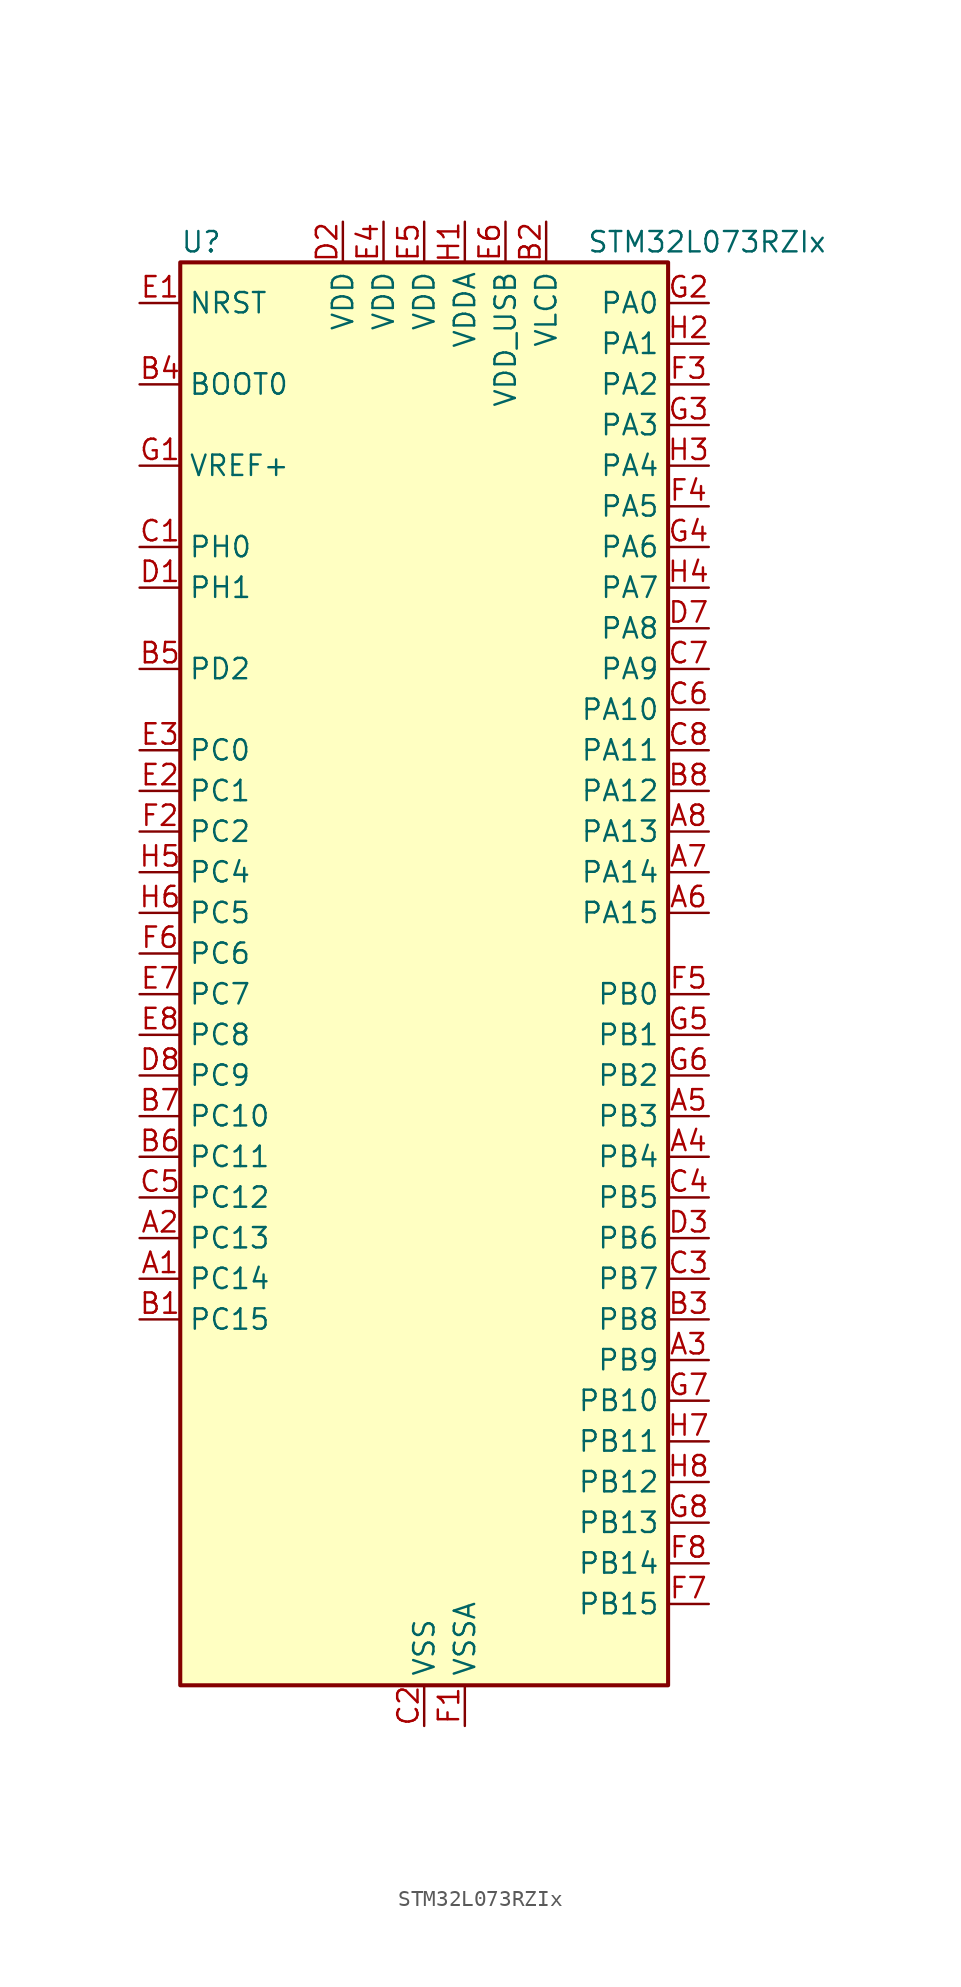
<source format=kicad_sym>
(kicad_symbol_lib
  (version 20231120)
  (generator "kicad_symbol_editor")
  (generator_version "8.0")
  (symbol "STM32L073RZIx"
    (property "Reference" "U"
      (at -15.24 46.99 0)
      (effects (font (size 1.27 1.27)) (justify left)))
    (property "Value" "STM32L073RZIx"
      (at 10.16 46.99 0)
      (effects (font (size 1.27 1.27)) (justify left)))
    (property "ki_locked" ""
      (at 0 0 0)
      (effects (font (size 1.27 1.27))))
    (symbol "STM32L073RZIx_0_1"
      (rectangle (start -15.24 -43.18) (end 15.24 45.72) (stroke (width 0.254) (type default)) (fill (type background))))
    (symbol "STM32L073RZIx_1_1"
      (pin bidirectional line (at -17.78 -17.78 0) (length 2.54) (name "PC14" (effects (font (size 1.27 1.27)))) (number "A1" (effects (font (size 1.27 1.27)))) (alternate "RCC_OSC32_IN" bidirectional line))
      (pin bidirectional line (at -17.78 -15.24 0) (length 2.54) (name "PC13" (effects (font (size 1.27 1.27)))) (number "A2" (effects (font (size 1.27 1.27)))) (alternate "RTC_OUT_ALARM" bidirectional line) (alternate "RTC_OUT_CALIB" bidirectional line) (alternate "RTC_TAMP1" bidirectional line) (alternate "RTC_TS" bidirectional line) (alternate "SYS_WKUP2" bidirectional line))
      (pin bidirectional line (at 17.78 -22.86 180) (length 2.54) (name "PB9" (effects (font (size 1.27 1.27)))) (number "A3" (effects (font (size 1.27 1.27)))) (alternate "DAC_EXTI9" bidirectional line) (alternate "I2C1_SDA" bidirectional line) (alternate "I2S2_WS" bidirectional line) (alternate "LCD_COM3" bidirectional line) (alternate "SPI2_NSS" bidirectional line))
      (pin bidirectional line (at 17.78 -10.16 180) (length 2.54) (name "PB4" (effects (font (size 1.27 1.27)))) (number "A4" (effects (font (size 1.27 1.27)))) (alternate "COMP2_INP" bidirectional line) (alternate "I2C3_SDA" bidirectional line) (alternate "LCD_SEG8" bidirectional line) (alternate "SPI1_MISO" bidirectional line) (alternate "TIM22_CH1" bidirectional line) (alternate "TIM3_CH1" bidirectional line) (alternate "TSC_G5_IO2" bidirectional line) (alternate "USART1_CTS" bidirectional line) (alternate "USART5_RX" bidirectional line))
      (pin bidirectional line (at 17.78 -7.62 180) (length 2.54) (name "PB3" (effects (font (size 1.27 1.27)))) (number "A5" (effects (font (size 1.27 1.27)))) (alternate "COMP2_INM" bidirectional line) (alternate "LCD_SEG7" bidirectional line) (alternate "SPI1_SCK" bidirectional line) (alternate "TIM2_CH2" bidirectional line) (alternate "TSC_G5_IO1" bidirectional line) (alternate "USART1_DE" bidirectional line) (alternate "USART1_RTS" bidirectional line) (alternate "USART5_TX" bidirectional line))
      (pin bidirectional line (at 17.78 5.08 180) (length 2.54) (name "PA15" (effects (font (size 1.27 1.27)))) (number "A6" (effects (font (size 1.27 1.27)))) (alternate "LCD_SEG17" bidirectional line) (alternate "SPI1_NSS" bidirectional line) (alternate "TIM2_CH1" bidirectional line) (alternate "TIM2_ETR" bidirectional line) (alternate "USART2_RX" bidirectional line) (alternate "USART4_DE" bidirectional line) (alternate "USART4_RTS" bidirectional line))
      (pin bidirectional line (at 17.78 7.62 180) (length 2.54) (name "PA14" (effects (font (size 1.27 1.27)))) (number "A7" (effects (font (size 1.27 1.27)))) (alternate "LPUART1_TX" bidirectional line) (alternate "SYS_SWCLK" bidirectional line) (alternate "USART2_TX" bidirectional line))
      (pin bidirectional line (at 17.78 10.16 180) (length 2.54) (name "PA13" (effects (font (size 1.27 1.27)))) (number "A8" (effects (font (size 1.27 1.27)))) (alternate "LPUART1_RX" bidirectional line) (alternate "SYS_SWDIO" bidirectional line) (alternate "USB_NOE" bidirectional line))
      (pin bidirectional line (at -17.78 -20.32 0) (length 2.54) (name "PC15" (effects (font (size 1.27 1.27)))) (number "B1" (effects (font (size 1.27 1.27)))) (alternate "RCC_OSC32_OUT" bidirectional line))
      (pin power_in line (at 7.62 48.26 270) (length 2.54) (name "VLCD" (effects (font (size 1.27 1.27)))) (number "B2" (effects (font (size 1.27 1.27)))))
      (pin bidirectional line (at 17.78 -20.32 180) (length 2.54) (name "PB8" (effects (font (size 1.27 1.27)))) (number "B3" (effects (font (size 1.27 1.27)))) (alternate "I2C1_SCL" bidirectional line) (alternate "LCD_SEG16" bidirectional line) (alternate "TSC_SYNC" bidirectional line))
      (pin input line (at -17.78 38.1 0) (length 2.54) (name "BOOT0" (effects (font (size 1.27 1.27)))) (number "B4" (effects (font (size 1.27 1.27)))))
      (pin bidirectional line (at -17.78 20.32 0) (length 2.54) (name "PD2" (effects (font (size 1.27 1.27)))) (number "B5" (effects (font (size 1.27 1.27)))) (alternate "LCD_COM7" bidirectional line) (alternate "LCD_SEG31" bidirectional line) (alternate "LPUART1_DE" bidirectional line) (alternate "LPUART1_RTS" bidirectional line) (alternate "TIM3_ETR" bidirectional line) (alternate "USART5_RX" bidirectional line))
      (pin bidirectional line (at -17.78 -10.16 0) (length 2.54) (name "PC11" (effects (font (size 1.27 1.27)))) (number "B6" (effects (font (size 1.27 1.27)))) (alternate "ADC_EXTI11" bidirectional line) (alternate "LCD_COM5" bidirectional line) (alternate "LCD_SEG29" bidirectional line) (alternate "LPUART1_RX" bidirectional line) (alternate "USART4_RX" bidirectional line))
      (pin bidirectional line (at -17.78 -7.62 0) (length 2.54) (name "PC10" (effects (font (size 1.27 1.27)))) (number "B7" (effects (font (size 1.27 1.27)))) (alternate "LCD_COM4" bidirectional line) (alternate "LCD_SEG28" bidirectional line) (alternate "LPUART1_TX" bidirectional line) (alternate "USART4_TX" bidirectional line))
      (pin bidirectional line (at 17.78 12.7 180) (length 2.54) (name "PA12" (effects (font (size 1.27 1.27)))) (number "B8" (effects (font (size 1.27 1.27)))) (alternate "COMP2_OUT" bidirectional line) (alternate "SPI1_MOSI" bidirectional line) (alternate "TSC_G4_IO4" bidirectional line) (alternate "USART1_DE" bidirectional line) (alternate "USART1_RTS" bidirectional line) (alternate "USB_DP" bidirectional line))
      (pin bidirectional line (at -17.78 27.94 0) (length 2.54) (name "PH0" (effects (font (size 1.27 1.27)))) (number "C1" (effects (font (size 1.27 1.27)))) (alternate "CRS_SYNC" bidirectional line) (alternate "RCC_OSC_IN" bidirectional line))
      (pin power_in line (at 0 -45.72 90) (length 2.54) (name "VSS" (effects (font (size 1.27 1.27)))) (number "C2" (effects (font (size 1.27 1.27)))))
      (pin bidirectional line (at 17.78 -17.78 180) (length 2.54) (name "PB7" (effects (font (size 1.27 1.27)))) (number "C3" (effects (font (size 1.27 1.27)))) (alternate "COMP2_INP" bidirectional line) (alternate "I2C1_SDA" bidirectional line) (alternate "LPTIM1_IN2" bidirectional line) (alternate "SYS_PVD_IN" bidirectional line) (alternate "TSC_G5_IO4" bidirectional line) (alternate "USART1_RX" bidirectional line) (alternate "USART4_CTS" bidirectional line))
      (pin bidirectional line (at 17.78 -12.7 180) (length 2.54) (name "PB5" (effects (font (size 1.27 1.27)))) (number "C4" (effects (font (size 1.27 1.27)))) (alternate "COMP2_INP" bidirectional line) (alternate "I2C1_SMBA" bidirectional line) (alternate "LCD_SEG9" bidirectional line) (alternate "LPTIM1_IN1" bidirectional line) (alternate "SPI1_MOSI" bidirectional line) (alternate "TIM22_CH2" bidirectional line) (alternate "TIM3_CH2" bidirectional line) (alternate "USART1_CK" bidirectional line) (alternate "USART5_CK" bidirectional line) (alternate "USART5_DE" bidirectional line) (alternate "USART5_RTS" bidirectional line))
      (pin bidirectional line (at -17.78 -12.7 0) (length 2.54) (name "PC12" (effects (font (size 1.27 1.27)))) (number "C5" (effects (font (size 1.27 1.27)))) (alternate "LCD_COM6" bidirectional line) (alternate "LCD_SEG30" bidirectional line) (alternate "USART4_CK" bidirectional line) (alternate "USART5_TX" bidirectional line))
      (pin bidirectional line (at 17.78 17.78 180) (length 2.54) (name "PA10" (effects (font (size 1.27 1.27)))) (number "C6" (effects (font (size 1.27 1.27)))) (alternate "I2C1_SDA" bidirectional line) (alternate "LCD_COM2" bidirectional line) (alternate "TSC_G4_IO2" bidirectional line) (alternate "USART1_RX" bidirectional line))
      (pin bidirectional line (at 17.78 20.32 180) (length 2.54) (name "PA9" (effects (font (size 1.27 1.27)))) (number "C7" (effects (font (size 1.27 1.27)))) (alternate "DAC_EXTI9" bidirectional line) (alternate "I2C1_SCL" bidirectional line) (alternate "I2C3_SMBA" bidirectional line) (alternate "LCD_COM1" bidirectional line) (alternate "RCC_MCO" bidirectional line) (alternate "TSC_G4_IO1" bidirectional line) (alternate "USART1_TX" bidirectional line))
      (pin bidirectional line (at 17.78 15.24 180) (length 2.54) (name "PA11" (effects (font (size 1.27 1.27)))) (number "C8" (effects (font (size 1.27 1.27)))) (alternate "ADC_EXTI11" bidirectional line) (alternate "COMP1_OUT" bidirectional line) (alternate "SPI1_MISO" bidirectional line) (alternate "TSC_G4_IO3" bidirectional line) (alternate "USART1_CTS" bidirectional line) (alternate "USB_DM" bidirectional line))
      (pin bidirectional line (at -17.78 25.4 0) (length 2.54) (name "PH1" (effects (font (size 1.27 1.27)))) (number "D1" (effects (font (size 1.27 1.27)))) (alternate "RCC_OSC_OUT" bidirectional line))
      (pin power_in line (at -5.08 48.26 270) (length 2.54) (name "VDD" (effects (font (size 1.27 1.27)))) (number "D2" (effects (font (size 1.27 1.27)))))
      (pin bidirectional line (at 17.78 -15.24 180) (length 2.54) (name "PB6" (effects (font (size 1.27 1.27)))) (number "D3" (effects (font (size 1.27 1.27)))) (alternate "COMP2_INP" bidirectional line) (alternate "I2C1_SCL" bidirectional line) (alternate "LPTIM1_ETR" bidirectional line) (alternate "TSC_G5_IO3" bidirectional line) (alternate "USART1_TX" bidirectional line))
      (pin passive line (at 0 -45.72 90) (length 2.54) hide (name "VSS" (effects (font (size 1.27 1.27)))) (number "D4" (effects (font (size 1.27 1.27)))))
      (pin passive line (at 0 -45.72 90) (length 2.54) hide (name "VSS" (effects (font (size 1.27 1.27)))) (number "D5" (effects (font (size 1.27 1.27)))))
      (pin passive line (at 0 -45.72 90) (length 2.54) hide (name "VSS" (effects (font (size 1.27 1.27)))) (number "D6" (effects (font (size 1.27 1.27)))))
      (pin bidirectional line (at 17.78 22.86 180) (length 2.54) (name "PA8" (effects (font (size 1.27 1.27)))) (number "D7" (effects (font (size 1.27 1.27)))) (alternate "CRS_SYNC" bidirectional line) (alternate "I2C3_SCL" bidirectional line) (alternate "LCD_COM0" bidirectional line) (alternate "RCC_MCO" bidirectional line) (alternate "USART1_CK" bidirectional line))
      (pin bidirectional line (at -17.78 -5.08 0) (length 2.54) (name "PC9" (effects (font (size 1.27 1.27)))) (number "D8" (effects (font (size 1.27 1.27)))) (alternate "DAC_EXTI9" bidirectional line) (alternate "I2C3_SDA" bidirectional line) (alternate "LCD_SEG27" bidirectional line) (alternate "TIM21_ETR" bidirectional line) (alternate "TIM3_CH4" bidirectional line) (alternate "TSC_G8_IO4" bidirectional line) (alternate "USB_NOE" bidirectional line))
      (pin input line (at -17.78 43.18 0) (length 2.54) (name "NRST" (effects (font (size 1.27 1.27)))) (number "E1" (effects (font (size 1.27 1.27)))))
      (pin bidirectional line (at -17.78 12.7 0) (length 2.54) (name "PC1" (effects (font (size 1.27 1.27)))) (number "E2" (effects (font (size 1.27 1.27)))) (alternate "ADC_IN11" bidirectional line) (alternate "I2C3_SDA" bidirectional line) (alternate "LCD_SEG19" bidirectional line) (alternate "LPTIM1_OUT" bidirectional line) (alternate "LPUART1_TX" bidirectional line) (alternate "TSC_G7_IO2" bidirectional line))
      (pin bidirectional line (at -17.78 15.24 0) (length 2.54) (name "PC0" (effects (font (size 1.27 1.27)))) (number "E3" (effects (font (size 1.27 1.27)))) (alternate "ADC_IN10" bidirectional line) (alternate "I2C3_SCL" bidirectional line) (alternate "LCD_SEG18" bidirectional line) (alternate "LPTIM1_IN1" bidirectional line) (alternate "LPUART1_RX" bidirectional line) (alternate "TSC_G7_IO1" bidirectional line))
      (pin power_in line (at -2.54 48.26 270) (length 2.54) (name "VDD" (effects (font (size 1.27 1.27)))) (number "E4" (effects (font (size 1.27 1.27)))))
      (pin power_in line (at 0 48.26 270) (length 2.54) (name "VDD" (effects (font (size 1.27 1.27)))) (number "E5" (effects (font (size 1.27 1.27)))))
      (pin power_in line (at 5.08 48.26 270) (length 2.54) (name "VDD_USB" (effects (font (size 1.27 1.27)))) (number "E6" (effects (font (size 1.27 1.27)))))
      (pin bidirectional line (at -17.78 0 0) (length 2.54) (name "PC7" (effects (font (size 1.27 1.27)))) (number "E7" (effects (font (size 1.27 1.27)))) (alternate "LCD_SEG25" bidirectional line) (alternate "TIM22_CH2" bidirectional line) (alternate "TIM3_CH2" bidirectional line) (alternate "TSC_G8_IO2" bidirectional line))
      (pin bidirectional line (at -17.78 -2.54 0) (length 2.54) (name "PC8" (effects (font (size 1.27 1.27)))) (number "E8" (effects (font (size 1.27 1.27)))) (alternate "LCD_SEG26" bidirectional line) (alternate "TIM22_ETR" bidirectional line) (alternate "TIM3_CH3" bidirectional line) (alternate "TSC_G8_IO3" bidirectional line))
      (pin power_in line (at 2.54 -45.72 90) (length 2.54) (name "VSSA" (effects (font (size 1.27 1.27)))) (number "F1" (effects (font (size 1.27 1.27)))))
      (pin bidirectional line (at -17.78 10.16 0) (length 2.54) (name "PC2" (effects (font (size 1.27 1.27)))) (number "F2" (effects (font (size 1.27 1.27)))) (alternate "ADC_IN12" bidirectional line) (alternate "I2S2_MCK" bidirectional line) (alternate "LCD_SEG20" bidirectional line) (alternate "LPTIM1_IN2" bidirectional line) (alternate "SPI2_MISO" bidirectional line) (alternate "TSC_G7_IO3" bidirectional line))
      (pin bidirectional line (at 17.78 38.1 180) (length 2.54) (name "PA2" (effects (font (size 1.27 1.27)))) (number "F3" (effects (font (size 1.27 1.27)))) (alternate "ADC_IN2" bidirectional line) (alternate "COMP2_INM" bidirectional line) (alternate "COMP2_OUT" bidirectional line) (alternate "LCD_SEG1" bidirectional line) (alternate "LPUART1_TX" bidirectional line) (alternate "TIM21_CH1" bidirectional line) (alternate "TIM2_CH3" bidirectional line) (alternate "TSC_G1_IO3" bidirectional line) (alternate "USART2_TX" bidirectional line))
      (pin bidirectional line (at 17.78 30.48 180) (length 2.54) (name "PA5" (effects (font (size 1.27 1.27)))) (number "F4" (effects (font (size 1.27 1.27)))) (alternate "ADC_IN5" bidirectional line) (alternate "COMP1_INM" bidirectional line) (alternate "COMP2_INM" bidirectional line) (alternate "DAC_OUT2" bidirectional line) (alternate "SPI1_SCK" bidirectional line) (alternate "TIM2_CH1" bidirectional line) (alternate "TIM2_ETR" bidirectional line) (alternate "TSC_G2_IO2" bidirectional line))
      (pin bidirectional line (at 17.78 0 180) (length 2.54) (name "PB0" (effects (font (size 1.27 1.27)))) (number "F5" (effects (font (size 1.27 1.27)))) (alternate "ADC_IN8" bidirectional line) (alternate "LCD_SEG5" bidirectional line) (alternate "LCD_VLCD3" bidirectional line) (alternate "SYS_VREF_OUT_PB0" bidirectional line) (alternate "TIM3_CH3" bidirectional line) (alternate "TSC_G3_IO2" bidirectional line))
      (pin bidirectional line (at -17.78 2.54 0) (length 2.54) (name "PC6" (effects (font (size 1.27 1.27)))) (number "F6" (effects (font (size 1.27 1.27)))) (alternate "LCD_SEG24" bidirectional line) (alternate "TIM22_CH1" bidirectional line) (alternate "TIM3_CH1" bidirectional line) (alternate "TSC_G8_IO1" bidirectional line))
      (pin bidirectional line (at 17.78 -38.1 180) (length 2.54) (name "PB15" (effects (font (size 1.27 1.27)))) (number "F7" (effects (font (size 1.27 1.27)))) (alternate "I2S2_SD" bidirectional line) (alternate "LCD_SEG15" bidirectional line) (alternate "RTC_REFIN" bidirectional line) (alternate "SPI2_MOSI" bidirectional line))
      (pin bidirectional line (at 17.78 -35.56 180) (length 2.54) (name "PB14" (effects (font (size 1.27 1.27)))) (number "F8" (effects (font (size 1.27 1.27)))) (alternate "I2C2_SDA" bidirectional line) (alternate "I2S2_MCK" bidirectional line) (alternate "LCD_SEG14" bidirectional line) (alternate "LPUART1_DE" bidirectional line) (alternate "LPUART1_RTS" bidirectional line) (alternate "RTC_OUT_ALARM" bidirectional line) (alternate "RTC_OUT_CALIB" bidirectional line) (alternate "SPI2_MISO" bidirectional line) (alternate "TIM21_CH2" bidirectional line) (alternate "TSC_G6_IO4" bidirectional line))
      (pin input line (at -17.78 33.02 0) (length 2.54) (name "VREF+" (effects (font (size 1.27 1.27)))) (number "G1" (effects (font (size 1.27 1.27)))))
      (pin bidirectional line (at 17.78 43.18 180) (length 2.54) (name "PA0" (effects (font (size 1.27 1.27)))) (number "G2" (effects (font (size 1.27 1.27)))) (alternate "ADC_IN0" bidirectional line) (alternate "COMP1_INM" bidirectional line) (alternate "COMP1_OUT" bidirectional line) (alternate "RTC_TAMP2" bidirectional line) (alternate "SYS_WKUP1" bidirectional line) (alternate "TIM2_CH1" bidirectional line) (alternate "TIM2_ETR" bidirectional line) (alternate "TSC_G1_IO1" bidirectional line) (alternate "USART2_CTS" bidirectional line) (alternate "USART4_TX" bidirectional line))
      (pin bidirectional line (at 17.78 35.56 180) (length 2.54) (name "PA3" (effects (font (size 1.27 1.27)))) (number "G3" (effects (font (size 1.27 1.27)))) (alternate "ADC_IN3" bidirectional line) (alternate "COMP2_INP" bidirectional line) (alternate "LCD_SEG2" bidirectional line) (alternate "LPUART1_RX" bidirectional line) (alternate "TIM21_CH2" bidirectional line) (alternate "TIM2_CH4" bidirectional line) (alternate "TSC_G1_IO4" bidirectional line) (alternate "USART2_RX" bidirectional line))
      (pin bidirectional line (at 17.78 27.94 180) (length 2.54) (name "PA6" (effects (font (size 1.27 1.27)))) (number "G4" (effects (font (size 1.27 1.27)))) (alternate "ADC_IN6" bidirectional line) (alternate "COMP1_OUT" bidirectional line) (alternate "LCD_SEG3" bidirectional line) (alternate "LPUART1_CTS" bidirectional line) (alternate "SPI1_MISO" bidirectional line) (alternate "TIM22_CH1" bidirectional line) (alternate "TIM3_CH1" bidirectional line) (alternate "TSC_G2_IO3" bidirectional line))
      (pin bidirectional line (at 17.78 -2.54 180) (length 2.54) (name "PB1" (effects (font (size 1.27 1.27)))) (number "G5" (effects (font (size 1.27 1.27)))) (alternate "ADC_IN9" bidirectional line) (alternate "LCD_SEG6" bidirectional line) (alternate "LPUART1_DE" bidirectional line) (alternate "LPUART1_RTS" bidirectional line) (alternate "SYS_VREF_OUT_PB1" bidirectional line) (alternate "TIM3_CH4" bidirectional line) (alternate "TSC_G3_IO3" bidirectional line))
      (pin bidirectional line (at 17.78 -5.08 180) (length 2.54) (name "PB2" (effects (font (size 1.27 1.27)))) (number "G6" (effects (font (size 1.27 1.27)))) (alternate "I2C3_SMBA" bidirectional line) (alternate "LCD_VLCD2" bidirectional line) (alternate "LPTIM1_OUT" bidirectional line) (alternate "TSC_G3_IO4" bidirectional line))
      (pin bidirectional line (at 17.78 -25.4 180) (length 2.54) (name "PB10" (effects (font (size 1.27 1.27)))) (number "G7" (effects (font (size 1.27 1.27)))) (alternate "I2C2_SCL" bidirectional line) (alternate "LCD_SEG10" bidirectional line) (alternate "LPUART1_RX" bidirectional line) (alternate "LPUART1_TX" bidirectional line) (alternate "SPI2_SCK" bidirectional line) (alternate "TIM2_CH3" bidirectional line) (alternate "TSC_SYNC" bidirectional line))
      (pin bidirectional line (at 17.78 -33.02 180) (length 2.54) (name "PB13" (effects (font (size 1.27 1.27)))) (number "G8" (effects (font (size 1.27 1.27)))) (alternate "I2C2_SCL" bidirectional line) (alternate "I2S2_CK" bidirectional line) (alternate "LCD_SEG13" bidirectional line) (alternate "LPUART1_CTS" bidirectional line) (alternate "RCC_MCO" bidirectional line) (alternate "SPI2_SCK" bidirectional line) (alternate "TIM21_CH1" bidirectional line) (alternate "TSC_G6_IO3" bidirectional line))
      (pin power_in line (at 2.54 48.26 270) (length 2.54) (name "VDDA" (effects (font (size 1.27 1.27)))) (number "H1" (effects (font (size 1.27 1.27)))))
      (pin bidirectional line (at 17.78 40.64 180) (length 2.54) (name "PA1" (effects (font (size 1.27 1.27)))) (number "H2" (effects (font (size 1.27 1.27)))) (alternate "ADC_IN1" bidirectional line) (alternate "COMP1_INP" bidirectional line) (alternate "LCD_SEG0" bidirectional line) (alternate "TIM21_ETR" bidirectional line) (alternate "TIM2_CH2" bidirectional line) (alternate "TSC_G1_IO2" bidirectional line) (alternate "USART2_DE" bidirectional line) (alternate "USART2_RTS" bidirectional line) (alternate "USART4_RX" bidirectional line))
      (pin bidirectional line (at 17.78 33.02 180) (length 2.54) (name "PA4" (effects (font (size 1.27 1.27)))) (number "H3" (effects (font (size 1.27 1.27)))) (alternate "ADC_IN4" bidirectional line) (alternate "COMP1_INM" bidirectional line) (alternate "COMP2_INM" bidirectional line) (alternate "DAC_OUT1" bidirectional line) (alternate "SPI1_NSS" bidirectional line) (alternate "TIM22_ETR" bidirectional line) (alternate "TSC_G2_IO1" bidirectional line) (alternate "USART2_CK" bidirectional line))
      (pin bidirectional line (at 17.78 25.4 180) (length 2.54) (name "PA7" (effects (font (size 1.27 1.27)))) (number "H4" (effects (font (size 1.27 1.27)))) (alternate "ADC_IN7" bidirectional line) (alternate "COMP2_OUT" bidirectional line) (alternate "LCD_SEG4" bidirectional line) (alternate "SPI1_MOSI" bidirectional line) (alternate "TIM22_CH2" bidirectional line) (alternate "TIM3_CH2" bidirectional line) (alternate "TSC_G2_IO4" bidirectional line))
      (pin bidirectional line (at -17.78 7.62 0) (length 2.54) (name "PC4" (effects (font (size 1.27 1.27)))) (number "H5" (effects (font (size 1.27 1.27)))) (alternate "ADC_IN14" bidirectional line) (alternate "LCD_SEG22" bidirectional line) (alternate "LPUART1_TX" bidirectional line))
      (pin bidirectional line (at -17.78 5.08 0) (length 2.54) (name "PC5" (effects (font (size 1.27 1.27)))) (number "H6" (effects (font (size 1.27 1.27)))) (alternate "ADC_IN15" bidirectional line) (alternate "LCD_SEG23" bidirectional line) (alternate "LPUART1_RX" bidirectional line) (alternate "TSC_G3_IO1" bidirectional line))
      (pin bidirectional line (at 17.78 -27.94 180) (length 2.54) (name "PB11" (effects (font (size 1.27 1.27)))) (number "H7" (effects (font (size 1.27 1.27)))) (alternate "ADC_EXTI11" bidirectional line) (alternate "I2C2_SDA" bidirectional line) (alternate "LCD_SEG11" bidirectional line) (alternate "LPUART1_RX" bidirectional line) (alternate "LPUART1_TX" bidirectional line) (alternate "TIM2_CH4" bidirectional line) (alternate "TSC_G6_IO1" bidirectional line))
      (pin bidirectional line (at 17.78 -30.48 180) (length 2.54) (name "PB12" (effects (font (size 1.27 1.27)))) (number "H8" (effects (font (size 1.27 1.27)))) (alternate "I2S2_WS" bidirectional line) (alternate "LCD_SEG12" bidirectional line) (alternate "LCD_VLCD2" bidirectional line) (alternate "LPUART1_DE" bidirectional line) (alternate "LPUART1_RTS" bidirectional line) (alternate "SPI2_NSS" bidirectional line) (alternate "TSC_G6_IO2" bidirectional line)))))
</source>
